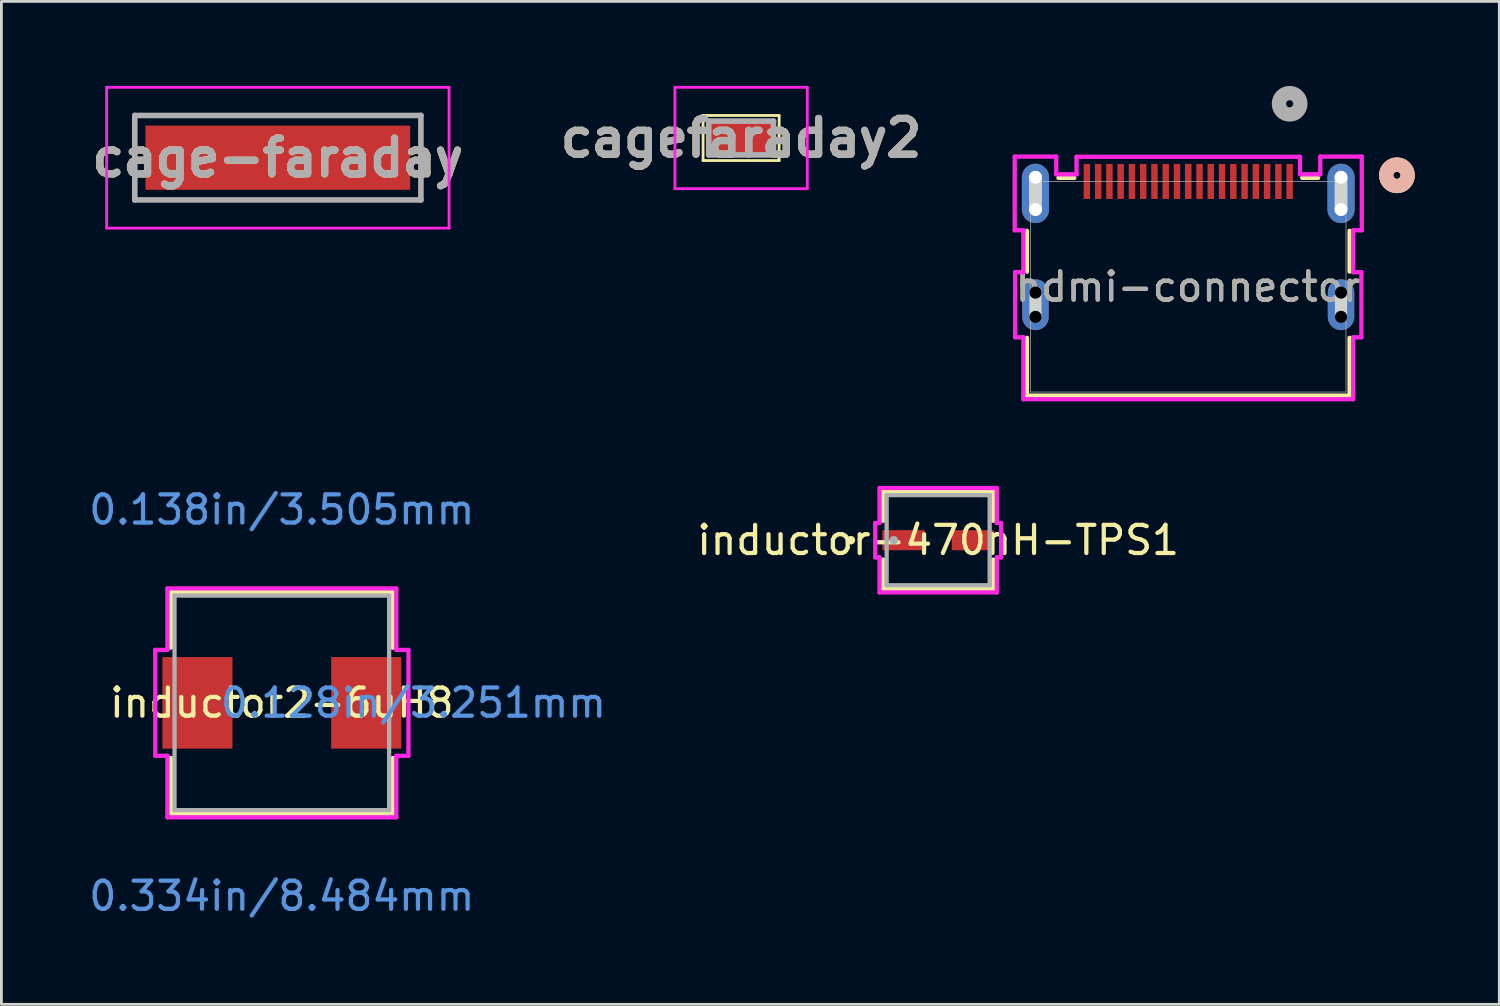
<source format=kicad_pcb>
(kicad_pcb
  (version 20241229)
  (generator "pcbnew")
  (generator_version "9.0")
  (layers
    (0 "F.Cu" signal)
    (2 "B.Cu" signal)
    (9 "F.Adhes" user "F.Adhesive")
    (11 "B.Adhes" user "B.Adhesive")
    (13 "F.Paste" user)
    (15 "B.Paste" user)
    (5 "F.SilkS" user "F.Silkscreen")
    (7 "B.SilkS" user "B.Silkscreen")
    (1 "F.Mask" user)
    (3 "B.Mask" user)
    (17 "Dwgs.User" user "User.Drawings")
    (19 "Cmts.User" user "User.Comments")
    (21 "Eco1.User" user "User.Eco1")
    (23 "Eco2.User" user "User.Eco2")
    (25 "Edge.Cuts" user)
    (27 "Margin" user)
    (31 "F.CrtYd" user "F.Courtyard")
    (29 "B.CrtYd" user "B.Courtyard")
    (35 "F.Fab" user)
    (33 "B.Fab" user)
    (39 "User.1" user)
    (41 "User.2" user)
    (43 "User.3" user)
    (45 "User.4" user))
  (footprint "cagefaraday2"
    (layer "F.Cu")
    (at 23.266 1.85)
    (property "Reference" "cagefaraday2" (at 0 0 0) (layer "F.SilkS") (effects (font (size 1.27 1.27) (thickness 0.254))))
    (attr smd)
    (fp_line (start -1.35 -0.8) (end 1.35 -0.8) (stroke (width 0.1) (type solid)) (layer "F.SilkS"))
    (fp_line (start -1.35 0.8) (end -1.35 -0.8) (stroke (width 0.1) (type solid)) (layer "F.SilkS"))
    (fp_line (start 1.35 -0.8) (end 1.35 0.8) (stroke (width 0.1) (type solid)) (layer "F.SilkS"))
    (fp_line (start 1.35 0.8) (end -1.35 0.8) (stroke (width 0.1) (type solid)) (layer "F.SilkS"))
    (fp_line (start -2.35 -1.8) (end 2.35 -1.8) (stroke (width 0.1) (type solid)) (layer "F.CrtYd"))
    (fp_line (start -2.35 1.8) (end -2.35 -1.8) (stroke (width 0.1) (type solid)) (layer "F.CrtYd"))
    (fp_line (start 2.35 -1.8) (end 2.35 1.8) (stroke (width 0.1) (type solid)) (layer "F.CrtYd"))
    (fp_line (start 2.35 1.8) (end -2.35 1.8) (stroke (width 0.1) (type solid)) (layer "F.CrtYd"))
    (fp_line (start -1.15 -0.6) (end 1.15 -0.6) (stroke (width 0.2) (type solid)) (layer "F.Fab"))
    (fp_line (start -1.15 0.6) (end -1.15 -0.6) (stroke (width 0.2) (type solid)) (layer "F.Fab"))
    (fp_line (start 1.15 -0.6) (end 1.15 0.6) (stroke (width 0.2) (type solid)) (layer "F.Fab"))
    (fp_line (start 1.15 0.6) (end -1.15 0.6) (stroke (width 0.2) (type solid)) (layer "F.Fab"))
    (fp_text user "${REFERENCE}" (at 0 0 0) (layer "F.Fab") (effects (font (size 1.27 1.27) (thickness 0.254))))
    (pad "1" smd rect (at 0 0 90) (size 1.2 2.3) (layers "F.Cu" "F.Mask" "F.Paste")))
  (footprint "hdmi-connector"
    (layer "F.Cu")
    (at 39.144 7.132)
    (property "Reference" "hdmi-connector" (at 0 0 0) (unlocked yes) (layer "F.SilkS") (effects (font (size 1 1) (thickness 0.15))))
    (attr smd)
    (fp_line (start -5.728 -1.986) (end -5.728 -0.536) (stroke (width 0.152) (type solid)) (layer "F.SilkS"))
    (fp_line (start -5.728 1.814) (end -5.728 3.866) (stroke (width 0.152) (type solid)) (layer "F.SilkS"))
    (fp_line (start -5.728 3.866) (end 5.728 3.866) (stroke (width 0.152) (type solid)) (layer "F.SilkS"))
    (fp_line (start -4.047 -3.866) (end -4.61 -3.866) (stroke (width 0.152) (type solid)) (layer "F.SilkS"))
    (fp_line (start 4.61 -3.866) (end 4.047 -3.866) (stroke (width 0.152) (type solid)) (layer "F.SilkS"))
    (fp_line (start 5.728 -0.536) (end 5.728 -1.986) (stroke (width 0.152) (type solid)) (layer "F.SilkS"))
    (fp_line (start 5.728 3.866) (end 5.728 1.814) (stroke (width 0.152) (type solid)) (layer "F.SilkS"))
    (fp_circle (center 7.41 -3.957) (end 7.791 -3.957) (stroke (width 0.508) (type solid)) (fill no) (layer "F.SilkS"))
    (fp_circle (center 7.41 -3.957) (end 7.791 -3.957) (stroke (width 0.508) (type solid)) (fill no) (layer "B.SilkS"))
    (fp_line (start -5.425 -2.743) (end -5.425 -3.886) (stroke (width 0.457) (type solid)) (layer "Edge.Cuts"))
    (fp_line (start -5.425 1.071) (end -5.425 0.207) (stroke (width 0.432) (type solid)) (layer "Edge.Cuts"))
    (fp_line (start 5.425 -2.743) (end 5.425 -3.886) (stroke (width 0.457) (type solid)) (layer "Edge.Cuts"))
    (fp_line (start 5.425 1.071) (end 5.425 0.207) (stroke (width 0.432) (type solid)) (layer "Edge.Cuts"))
    (fp_line (start -6.162 -4.622) (end -6.162 -2.006) (stroke (width 0.152) (type solid)) (layer "F.CrtYd"))
    (fp_line (start -6.162 -2.006) (end -5.855 -2.006) (stroke (width 0.152) (type solid)) (layer "F.CrtYd"))
    (fp_line (start -6.149 -0.517) (end -6.149 1.795) (stroke (width 0.152) (type solid)) (layer "F.CrtYd"))
    (fp_line (start -6.149 1.795) (end -5.855 1.795) (stroke (width 0.152) (type solid)) (layer "F.CrtYd"))
    (fp_line (start -5.855 -2.006) (end -5.855 -0.517) (stroke (width 0.152) (type solid)) (layer "F.CrtYd"))
    (fp_line (start -5.855 -0.517) (end -6.149 -0.517) (stroke (width 0.152) (type solid)) (layer "F.CrtYd"))
    (fp_line (start -5.855 1.795) (end -5.855 3.993) (stroke (width 0.152) (type solid)) (layer "F.CrtYd"))
    (fp_line (start -5.855 3.993) (end 5.855 3.993) (stroke (width 0.152) (type solid)) (layer "F.CrtYd"))
    (fp_line (start -4.688 -4.622) (end -6.162 -4.622) (stroke (width 0.152) (type solid)) (layer "F.CrtYd"))
    (fp_line (start -4.688 -3.993) (end -4.688 -4.622) (stroke (width 0.152) (type solid)) (layer "F.CrtYd"))
    (fp_line (start -3.968 -4.615) (end -3.968 -3.993) (stroke (width 0.152) (type solid)) (layer "F.CrtYd"))
    (fp_line (start -3.968 -3.993) (end -4.688 -3.993) (stroke (width 0.152) (type solid)) (layer "F.CrtYd"))
    (fp_line (start 3.968 -4.615) (end -3.968 -4.615) (stroke (width 0.152) (type solid)) (layer "F.CrtYd"))
    (fp_line (start 3.968 -3.993) (end 3.968 -4.615) (stroke (width 0.152) (type solid)) (layer "F.CrtYd"))
    (fp_line (start 4.688 -4.622) (end 4.688 -3.993) (stroke (width 0.152) (type solid)) (layer "F.CrtYd"))
    (fp_line (start 4.688 -3.993) (end 3.968 -3.993) (stroke (width 0.152) (type solid)) (layer "F.CrtYd"))
    (fp_line (start 5.855 -2.006) (end 6.162 -2.006) (stroke (width 0.152) (type solid)) (layer "F.CrtYd"))
    (fp_line (start 5.855 -0.517) (end 5.855 -2.006) (stroke (width 0.152) (type solid)) (layer "F.CrtYd"))
    (fp_line (start 5.855 1.795) (end 6.149 1.795) (stroke (width 0.152) (type solid)) (layer "F.CrtYd"))
    (fp_line (start 5.855 3.993) (end 5.855 1.795) (stroke (width 0.152) (type solid)) (layer "F.CrtYd"))
    (fp_line (start 6.149 -0.517) (end 5.855 -0.517) (stroke (width 0.152) (type solid)) (layer "F.CrtYd"))
    (fp_line (start 6.149 1.795) (end 6.149 -0.517) (stroke (width 0.152) (type solid)) (layer "F.CrtYd"))
    (fp_line (start 6.162 -4.622) (end 4.688 -4.622) (stroke (width 0.152) (type solid)) (layer "F.CrtYd"))
    (fp_line (start 6.162 -2.006) (end 6.162 -4.622) (stroke (width 0.152) (type solid)) (layer "F.CrtYd"))
    (fp_line (start -5.601 -3.957) (end -5.601 3.739) (stroke (width 0.025) (type solid)) (layer "F.Fab"))
    (fp_line (start -5.601 3.739) (end 5.601 3.739) (stroke (width 0.025) (type solid)) (layer "F.Fab"))
    (fp_line (start 5.601 -3.739) (end -5.601 -3.739) (stroke (width 0.025) (type solid)) (layer "F.Fab"))
    (fp_line (start 5.601 3.739) (end 5.601 -3.957) (stroke (width 0.025) (type solid)) (layer "F.Fab"))
    (fp_circle (center 3.6 -6.497) (end 3.981 -6.497) (stroke (width 0.508) (type solid)) (fill no) (layer "F.Fab"))
    (fp_text user "${REFERENCE}" (at 0 0 0) (unlocked yes) (layer "F.Fab") (effects (font (size 1 1) (thickness 0.15))))
    (pad "" np_thru_hole circle (at -5.425 -3.886) (size 0.457 0.457) (drill 0.457) (layers "*.Cu" "*.Mask"))
    (pad "" np_thru_hole circle (at -5.425 -2.743) (size 0.457 0.457) (drill 0.457) (layers "*.Cu" "*.Mask"))
    (pad "" np_thru_hole circle (at -5.425 0.207) (size 0.432 0.432) (drill 0.432) (layers))
    (pad "" np_thru_hole circle (at -5.425 1.071) (size 0.432 0.432) (drill 0.432) (layers))
    (pad "" np_thru_hole circle (at 5.425 -3.886) (size 0.457 0.457) (drill 0.457) (layers "*.Cu" "*.Mask"))
    (pad "" np_thru_hole circle (at 5.425 -2.743) (size 0.457 0.457) (drill 0.457) (layers "*.Cu" "*.Mask"))
    (pad "" np_thru_hole circle (at 5.425 0.207) (size 0.432 0.432) (drill 0.432) (layers))
    (pad "" np_thru_hole circle (at 5.425 1.071) (size 0.432 0.432) (drill 0.432) (layers))
    (pad "1" smd rect (at 3.6 -3.739) (size 0.229 1.245) (layers "F.Cu" "F.Mask" "F.Paste"))
    (pad "2" smd rect (at 3.2 -3.739) (size 0.229 1.245) (layers "F.Cu" "F.Mask" "F.Paste"))
    (pad "3" smd rect (at 2.8 -3.739) (size 0.229 1.245) (layers "F.Cu" "F.Mask" "F.Paste"))
    (pad "4" smd rect (at 2.4 -3.739) (size 0.229 1.245) (layers "F.Cu" "F.Mask" "F.Paste"))
    (pad "5" smd rect (at 2 -3.739) (size 0.229 1.245) (layers "F.Cu" "F.Mask" "F.Paste"))
    (pad "6" smd rect (at 1.6 -3.739) (size 0.229 1.245) (layers "F.Cu" "F.Mask" "F.Paste"))
    (pad "7" smd rect (at 1.2 -3.739) (size 0.229 1.245) (layers "F.Cu" "F.Mask" "F.Paste"))
    (pad "8" smd rect (at 0.8 -3.739) (size 0.229 1.245) (layers "F.Cu" "F.Mask" "F.Paste"))
    (pad "9" smd rect (at 0.4 -3.739) (size 0.229 1.245) (layers "F.Cu" "F.Mask" "F.Paste"))
    (pad "10" smd rect (at 0 -3.739) (size 0.229 1.245) (layers "F.Cu" "F.Mask" "F.Paste"))
    (pad "11" smd rect (at -0.4 -3.739) (size 0.229 1.245) (layers "F.Cu" "F.Mask" "F.Paste"))
    (pad "12" smd rect (at -0.8 -3.739) (size 0.229 1.245) (layers "F.Cu" "F.Mask" "F.Paste"))
    (pad "13" smd rect (at -1.2 -3.739) (size 0.229 1.245) (layers "F.Cu" "F.Mask" "F.Paste"))
    (pad "14" smd rect (at -1.6 -3.739) (size 0.229 1.245) (layers "F.Cu" "F.Mask" "F.Paste"))
    (pad "15" smd rect (at -2 -3.739) (size 0.229 1.245) (layers "F.Cu" "F.Mask" "F.Paste"))
    (pad "16" smd rect (at -2.4 -3.739) (size 0.229 1.245) (layers "F.Cu" "F.Mask" "F.Paste"))
    (pad "17" smd rect (at -2.8 -3.739) (size 0.229 1.245) (layers "F.Cu" "F.Mask" "F.Paste"))
    (pad "18" smd rect (at -3.2 -3.739) (size 0.229 1.245) (layers "F.Cu" "F.Mask" "F.Paste"))
    (pad "19" smd rect (at -3.6 -3.739) (size 0.229 1.245) (layers "F.Cu" "F.Mask" "F.Paste"))
    (pad "20" thru_hole oval (at -5.425 -3.314 90) (size 2.108 0.965) (drill 0.025) (layers "*.Cu" "*.Mask"))
    (pad "21" thru_hole oval (at 5.425 -3.314 90) (size 2.108 0.965) (drill 0.025) (layers "*.Cu" "*.Mask"))
    (pad "22" thru_hole oval (at -5.425 0.639 90) (size 1.803 0.94) (drill 0.025) (layers "*.Cu" "*.Mask"))
    (pad "23" thru_hole oval (at 5.425 0.639 90) (size 1.803 0.94) (drill 0.025) (layers "*.Cu" "*.Mask")))
  (footprint "cage-faraday"
    (layer "F.Cu")
    (at 6.816 2.55)
    (property "Reference" "cage-faraday" (at 0 0 0) (layer "F.SilkS") (effects (font (size 1.27 1.27) (thickness 0.254))))
    (attr smd)
    (fp_line (start -5.08 -1.5) (end 5.08 -1.5) (stroke (width 0.1) (type solid)) (layer "F.SilkS"))
    (fp_line (start -5.08 1.5) (end -5.08 -1.5) (stroke (width 0.1) (type solid)) (layer "F.SilkS"))
    (fp_line (start 5.08 -1.5) (end 5.08 1.5) (stroke (width 0.1) (type solid)) (layer "F.SilkS"))
    (fp_line (start 5.08 1.5) (end -5.08 1.5) (stroke (width 0.1) (type solid)) (layer "F.SilkS"))
    (fp_line (start -6.08 -2.5) (end 6.08 -2.5) (stroke (width 0.1) (type solid)) (layer "F.CrtYd"))
    (fp_line (start -6.08 2.5) (end -6.08 -2.5) (stroke (width 0.1) (type solid)) (layer "F.CrtYd"))
    (fp_line (start 6.08 -2.5) (end 6.08 2.5) (stroke (width 0.1) (type solid)) (layer "F.CrtYd"))
    (fp_line (start 6.08 2.5) (end -6.08 2.5) (stroke (width 0.1) (type solid)) (layer "F.CrtYd"))
    (fp_line (start -5.08 -1.5) (end 5.08 -1.5) (stroke (width 0.2) (type solid)) (layer "F.Fab"))
    (fp_line (start -5.08 1.5) (end -5.08 -1.5) (stroke (width 0.2) (type solid)) (layer "F.Fab"))
    (fp_line (start 5.08 -1.5) (end 5.08 1.5) (stroke (width 0.2) (type solid)) (layer "F.Fab"))
    (fp_line (start 5.08 1.5) (end -5.08 1.5) (stroke (width 0.2) (type solid)) (layer "F.Fab"))
    (fp_text user "${REFERENCE}" (at 0 0 0) (layer "F.Fab") (effects (font (size 1.27 1.27) (thickness 0.254))))
    (pad "1" smd rect (at 0 0 90) (size 2.28 9.4) (layers "F.Cu" "F.Mask" "F.Paste")))
  (footprint "inductor-470nH-TPS1"
    (layer "F.Cu")
    (at 30.263 16.132)
    (property "Reference" "inductor-470nH-TPS1" (at 0 0 0) (layer "F.SilkS") (effects (font (size 1 1) (thickness 0.15))))
    (attr through_hole)
    (fp_line (start -1.956 -1.727) (end -1.956 -0.688) (stroke (width 0.152) (type solid)) (layer "F.SilkS"))
    (fp_line (start -1.956 0.688) (end -1.956 1.727) (stroke (width 0.152) (type solid)) (layer "F.SilkS"))
    (fp_line (start -1.956 1.727) (end 1.956 1.727) (stroke (width 0.152) (type solid)) (layer "F.SilkS"))
    (fp_line (start 1.956 -1.727) (end -1.956 -1.727) (stroke (width 0.152) (type solid)) (layer "F.SilkS"))
    (fp_line (start 1.956 -0.688) (end 1.956 -1.727) (stroke (width 0.152) (type solid)) (layer "F.SilkS"))
    (fp_line (start 1.956 1.727) (end 1.956 0.688) (stroke (width 0.152) (type solid)) (layer "F.SilkS"))
    (fp_circle (center -3.099 0) (end -3.023 0) (stroke (width 0.152) (type solid)) (fill no) (layer "F.SilkS"))
    (fp_line (start -2.235 -0.61) (end -2.083 -0.61) (stroke (width 0.152) (type solid)) (layer "F.CrtYd"))
    (fp_line (start -2.235 0.61) (end -2.235 -0.61) (stroke (width 0.152) (type solid)) (layer "F.CrtYd"))
    (fp_line (start -2.083 -1.854) (end 2.083 -1.854) (stroke (width 0.152) (type solid)) (layer "F.CrtYd"))
    (fp_line (start -2.083 -0.61) (end -2.083 -1.854) (stroke (width 0.152) (type solid)) (layer "F.CrtYd"))
    (fp_line (start -2.083 0.61) (end -2.235 0.61) (stroke (width 0.152) (type solid)) (layer "F.CrtYd"))
    (fp_line (start -2.083 1.854) (end -2.083 0.61) (stroke (width 0.152) (type solid)) (layer "F.CrtYd"))
    (fp_line (start 2.083 -1.854) (end 2.083 -0.61) (stroke (width 0.152) (type solid)) (layer "F.CrtYd"))
    (fp_line (start 2.083 -0.61) (end 2.235 -0.61) (stroke (width 0.152) (type solid)) (layer "F.CrtYd"))
    (fp_line (start 2.083 0.61) (end 2.083 1.854) (stroke (width 0.152) (type solid)) (layer "F.CrtYd"))
    (fp_line (start 2.083 1.854) (end -2.083 1.854) (stroke (width 0.152) (type solid)) (layer "F.CrtYd"))
    (fp_line (start 2.235 -0.61) (end 2.235 0.61) (stroke (width 0.152) (type solid)) (layer "F.CrtYd"))
    (fp_line (start 2.235 0.61) (end 2.083 0.61) (stroke (width 0.152) (type solid)) (layer "F.CrtYd"))
    (fp_line (start -1.829 -1.6) (end -1.829 1.6) (stroke (width 0.152) (type solid)) (layer "F.Fab"))
    (fp_line (start -1.829 1.6) (end 1.829 1.6) (stroke (width 0.152) (type solid)) (layer "F.Fab"))
    (fp_line (start 1.829 -1.6) (end -1.829 -1.6) (stroke (width 0.152) (type solid)) (layer "F.Fab"))
    (fp_line (start 1.829 1.6) (end 1.829 -1.6) (stroke (width 0.152) (type solid)) (layer "F.Fab"))
    (fp_circle (center -1.575 0) (end -1.499 0) (stroke (width 0.152) (type solid)) (fill no) (layer "F.Fab"))
    (fp_text user "Copyright 2016 Accelerated Designs. All rights reserved." (at 0 0 0) (layer "Cmts.User") (effects (font (size 0.127 0.127) (thickness 0.002))))
    (pad "1" smd rect (at -1.232 0 90) (size 0.711 1.498) (layers "F.Cu" "F.Mask" "F.Paste"))
    (pad "2" smd rect (at 1.232 0 90) (size 0.711 1.498) (layers "F.Cu" "F.Mask" "F.Paste")))
  (footprint "inductor2-6uH8"
    (layer "F.Cu")
    (at 6.958 21.908)
    (property "Reference" "inductor2-6uH8" (at 0 0 0) (layer "F.SilkS") (effects (font (size 1 1) (thickness 0.15))))
    (attr through_hole)
    (fp_line (start -3.937 -3.937) (end -3.937 -1.958) (stroke (width 0.152) (type solid)) (layer "F.SilkS"))
    (fp_line (start -3.937 1.958) (end -3.937 3.937) (stroke (width 0.152) (type solid)) (layer "F.SilkS"))
    (fp_line (start -3.937 3.937) (end 3.937 3.937) (stroke (width 0.152) (type solid)) (layer "F.SilkS"))
    (fp_line (start 3.937 -3.937) (end -3.937 -3.937) (stroke (width 0.152) (type solid)) (layer "F.SilkS"))
    (fp_line (start 3.937 -1.958) (end 3.937 -3.937) (stroke (width 0.152) (type solid)) (layer "F.SilkS"))
    (fp_line (start 3.937 3.937) (end 3.937 1.958) (stroke (width 0.152) (type solid)) (layer "F.SilkS"))
    (fp_line (start -4.496 -1.88) (end -4.064 -1.88) (stroke (width 0.152) (type solid)) (layer "F.CrtYd"))
    (fp_line (start -4.496 1.88) (end -4.496 -1.88) (stroke (width 0.152) (type solid)) (layer "F.CrtYd"))
    (fp_line (start -4.496 1.88) (end -4.064 1.88) (stroke (width 0.152) (type solid)) (layer "F.CrtYd"))
    (fp_line (start -4.064 -4.064) (end 4.064 -4.064) (stroke (width 0.152) (type solid)) (layer "F.CrtYd"))
    (fp_line (start -4.064 -1.88) (end -4.064 -4.064) (stroke (width 0.152) (type solid)) (layer "F.CrtYd"))
    (fp_line (start -4.064 1.88) (end -4.064 4.064) (stroke (width 0.152) (type solid)) (layer "F.CrtYd"))
    (fp_line (start -4.064 4.064) (end 4.064 4.064) (stroke (width 0.152) (type solid)) (layer "F.CrtYd"))
    (fp_line (start 4.064 -4.064) (end 4.064 -1.88) (stroke (width 0.152) (type solid)) (layer "F.CrtYd"))
    (fp_line (start 4.064 -1.88) (end 4.496 -1.88) (stroke (width 0.152) (type solid)) (layer "F.CrtYd"))
    (fp_line (start 4.064 1.88) (end 4.496 1.88) (stroke (width 0.152) (type solid)) (layer "F.CrtYd"))
    (fp_line (start 4.064 4.064) (end 4.064 1.88) (stroke (width 0.152) (type solid)) (layer "F.CrtYd"))
    (fp_line (start 4.496 -1.88) (end 4.496 1.88) (stroke (width 0.152) (type solid)) (layer "F.CrtYd"))
    (fp_line (start -3.81 -3.81) (end -3.81 3.81) (stroke (width 0.152) (type solid)) (layer "F.Fab"))
    (fp_line (start -3.81 3.81) (end 3.81 3.81) (stroke (width 0.152) (type solid)) (layer "F.Fab"))
    (fp_line (start 3.81 -3.81) (end -3.81 -3.81) (stroke (width 0.152) (type solid)) (layer "F.Fab"))
    (fp_line (start 3.81 3.81) (end 3.81 -3.81) (stroke (width 0.152) (type solid)) (layer "F.Fab"))
    (fp_text user "0.334in/8.484mm" (at 0 6.858 0) (layer "Cmts.User") (effects (font (size 1 1) (thickness 0.15))))
    (fp_text user "0.138in/3.505mm" (at 0 -6.858 0) (layer "Cmts.User") (effects (font (size 1 1) (thickness 0.15))))
    (fp_text user "Copyright 2016 Accelerated Designs. All rights reserved." (at 0 0 0) (layer "Cmts.User") (effects (font (size 0.127 0.127) (thickness 0.002))))
    (fp_text user "0.128in/3.251mm" (at 4.674 0 0) (layer "Cmts.User") (effects (font (size 1 1) (thickness 0.15))))
    (pad "1" smd rect (at -2.997 0) (size 2.489 3.251) (layers "F.Cu" "F.Mask" "F.Paste"))
    (pad "2" smd rect (at 2.997 0) (size 2.489 3.251) (layers "F.Cu" "F.Mask" "F.Paste")))
  (gr_rect
    (start -3 -3)
    (end 50.189 32.614)
    (stroke (width 0.1) (type default))
    (fill no)
    (layer "Edge.Cuts")))
</source>
